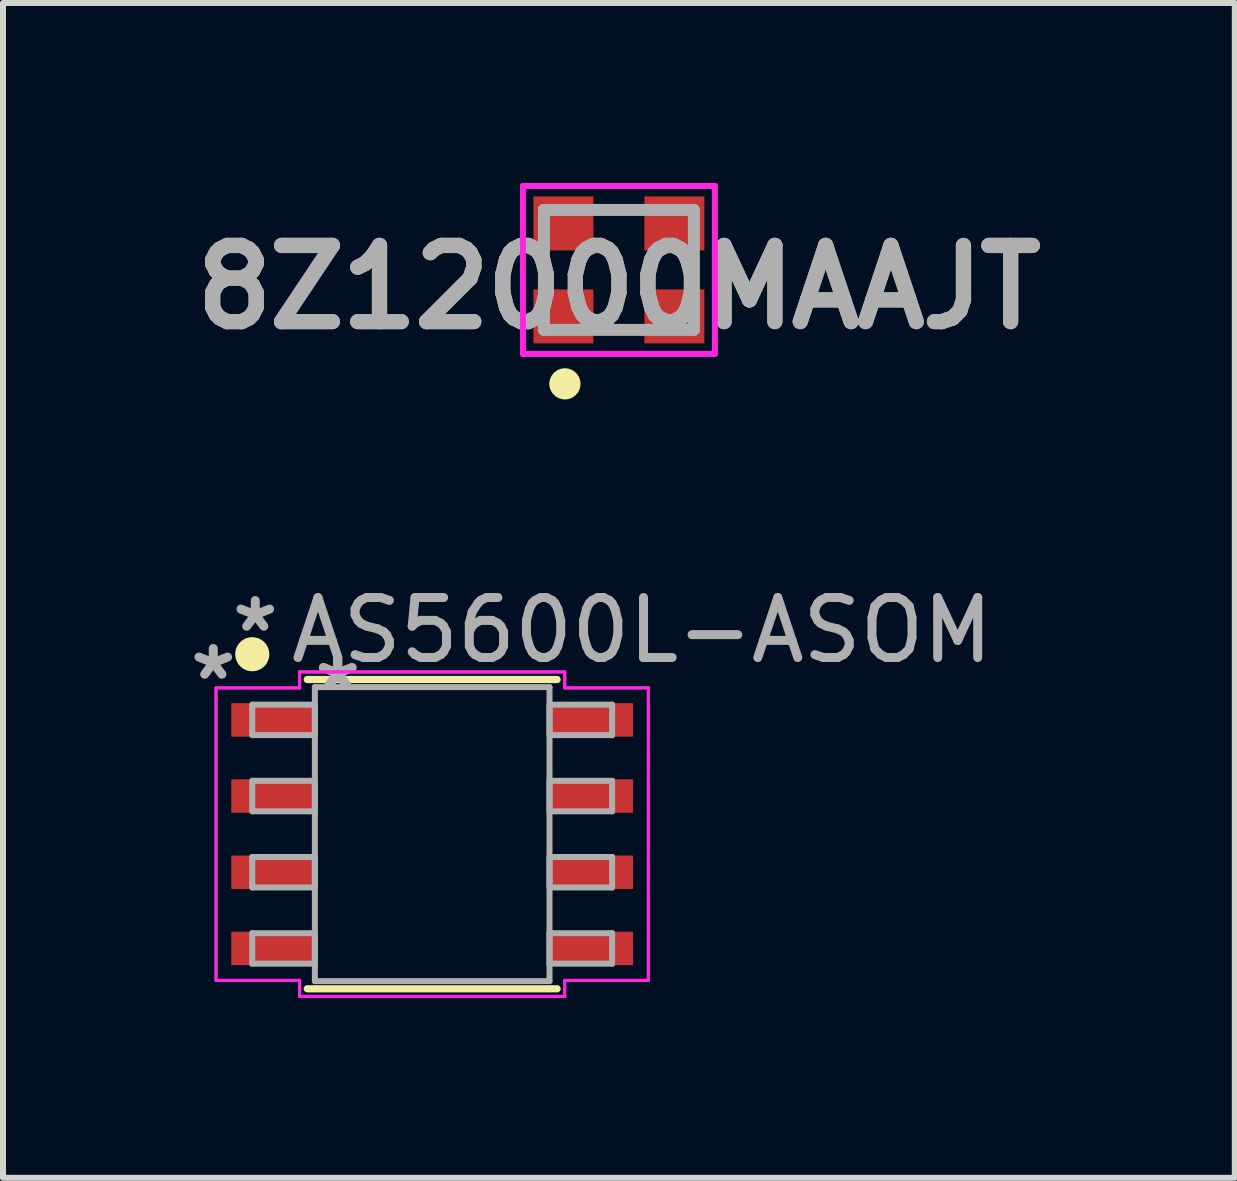
<source format=kicad_pcb>
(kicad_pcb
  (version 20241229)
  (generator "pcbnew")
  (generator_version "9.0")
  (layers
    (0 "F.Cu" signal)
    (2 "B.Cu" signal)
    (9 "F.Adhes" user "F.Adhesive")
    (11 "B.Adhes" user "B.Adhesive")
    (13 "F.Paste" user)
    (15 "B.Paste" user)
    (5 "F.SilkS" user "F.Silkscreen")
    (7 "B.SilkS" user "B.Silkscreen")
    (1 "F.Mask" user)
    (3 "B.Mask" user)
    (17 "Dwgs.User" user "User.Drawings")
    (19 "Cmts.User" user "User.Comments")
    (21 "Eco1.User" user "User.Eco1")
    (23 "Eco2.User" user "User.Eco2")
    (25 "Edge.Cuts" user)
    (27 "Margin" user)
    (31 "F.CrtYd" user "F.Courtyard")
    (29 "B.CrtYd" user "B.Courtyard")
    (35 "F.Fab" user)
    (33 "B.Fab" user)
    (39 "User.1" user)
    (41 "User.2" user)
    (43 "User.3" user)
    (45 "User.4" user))
  (footprint "AS5600L-ASOM"
    (layer "F.Cu")
    (at 4.156 10.858)
    (property "Reference" "AS5600L-ASOM" (at 3.5 -3.4 0) (layer "F.Fab") (effects (font (size 1 1) (thickness 0.15))))
    (attr through_hole)
    (fp_line (start -2.083 2.578) (end 2.083 2.578) (stroke (width 0.12) (type solid)) (layer "F.SilkS"))
    (fp_line (start 2.083 -2.578) (end -2.083 -2.578) (stroke (width 0.12) (type solid)) (layer "F.SilkS"))
    (fp_circle (center -3 -3) (end -2.776 -3) (stroke (width 0.12) (type solid)) (fill yes) (layer "F.SilkS"))
    (fp_line (start -3.604 -2.438) (end -2.21 -2.438) (stroke (width 0.05) (type solid)) (layer "F.CrtYd"))
    (fp_line (start -3.604 -2.438) (end -2.21 -2.438) (stroke (width 0.05) (type solid)) (layer "F.CrtYd"))
    (fp_line (start -3.604 2.438) (end -3.604 -2.438) (stroke (width 0.05) (type solid)) (layer "F.CrtYd"))
    (fp_line (start -3.604 2.438) (end -3.604 -2.438) (stroke (width 0.05) (type solid)) (layer "F.CrtYd"))
    (fp_line (start -3.604 2.438) (end -2.21 2.438) (stroke (width 0.05) (type solid)) (layer "F.CrtYd"))
    (fp_line (start -2.21 -2.705) (end 2.21 -2.705) (stroke (width 0.05) (type solid)) (layer "F.CrtYd"))
    (fp_line (start -2.21 -2.705) (end 2.21 -2.705) (stroke (width 0.05) (type solid)) (layer "F.CrtYd"))
    (fp_line (start -2.21 -2.438) (end -2.21 -2.705) (stroke (width 0.05) (type solid)) (layer "F.CrtYd"))
    (fp_line (start -2.21 -2.438) (end -2.21 -2.705) (stroke (width 0.05) (type solid)) (layer "F.CrtYd"))
    (fp_line (start -2.21 2.438) (end -3.604 2.438) (stroke (width 0.05) (type solid)) (layer "F.CrtYd"))
    (fp_line (start -2.21 2.705) (end -2.21 2.438) (stroke (width 0.05) (type solid)) (layer "F.CrtYd"))
    (fp_line (start -2.21 2.705) (end -2.21 2.438) (stroke (width 0.05) (type solid)) (layer "F.CrtYd"))
    (fp_line (start 2.21 -2.705) (end 2.21 -2.438) (stroke (width 0.05) (type solid)) (layer "F.CrtYd"))
    (fp_line (start 2.21 -2.705) (end 2.21 -2.438) (stroke (width 0.05) (type solid)) (layer "F.CrtYd"))
    (fp_line (start 2.21 -2.438) (end 3.604 -2.438) (stroke (width 0.05) (type solid)) (layer "F.CrtYd"))
    (fp_line (start 2.21 2.438) (end 2.21 2.705) (stroke (width 0.05) (type solid)) (layer "F.CrtYd"))
    (fp_line (start 2.21 2.438) (end 2.21 2.705) (stroke (width 0.05) (type solid)) (layer "F.CrtYd"))
    (fp_line (start 2.21 2.705) (end -2.21 2.705) (stroke (width 0.05) (type solid)) (layer "F.CrtYd"))
    (fp_line (start 2.21 2.705) (end -2.21 2.705) (stroke (width 0.05) (type solid)) (layer "F.CrtYd"))
    (fp_line (start 3.604 -2.438) (end 2.21 -2.438) (stroke (width 0.05) (type solid)) (layer "F.CrtYd"))
    (fp_line (start 3.604 -2.438) (end 3.604 2.438) (stroke (width 0.05) (type solid)) (layer "F.CrtYd"))
    (fp_line (start 3.604 -2.438) (end 3.604 2.438) (stroke (width 0.05) (type solid)) (layer "F.CrtYd"))
    (fp_line (start 3.604 2.438) (end 2.21 2.438) (stroke (width 0.05) (type solid)) (layer "F.CrtYd"))
    (fp_line (start 3.604 2.438) (end 2.21 2.438) (stroke (width 0.05) (type solid)) (layer "F.CrtYd"))
    (fp_line (start -3 -2.159) (end -3 -1.651) (stroke (width 0.1) (type solid)) (layer "F.Fab"))
    (fp_line (start -3 -1.651) (end -1.956 -1.651) (stroke (width 0.1) (type solid)) (layer "F.Fab"))
    (fp_line (start -3 -0.889) (end -3 -0.381) (stroke (width 0.1) (type solid)) (layer "F.Fab"))
    (fp_line (start -3 -0.381) (end -1.956 -0.381) (stroke (width 0.1) (type solid)) (layer "F.Fab"))
    (fp_line (start -3 0.381) (end -3 0.889) (stroke (width 0.1) (type solid)) (layer "F.Fab"))
    (fp_line (start -3 0.889) (end -1.956 0.889) (stroke (width 0.1) (type solid)) (layer "F.Fab"))
    (fp_line (start -3 1.651) (end -3 2.159) (stroke (width 0.1) (type solid)) (layer "F.Fab"))
    (fp_line (start -3 2.159) (end -1.956 2.159) (stroke (width 0.1) (type solid)) (layer "F.Fab"))
    (fp_line (start -1.956 -2.451) (end -1.956 2.451) (stroke (width 0.1) (type solid)) (layer "F.Fab"))
    (fp_line (start -1.956 -2.159) (end -3 -2.159) (stroke (width 0.1) (type solid)) (layer "F.Fab"))
    (fp_line (start -1.956 -1.651) (end -1.956 -2.159) (stroke (width 0.1) (type solid)) (layer "F.Fab"))
    (fp_line (start -1.956 -0.889) (end -3 -0.889) (stroke (width 0.1) (type solid)) (layer "F.Fab"))
    (fp_line (start -1.956 -0.381) (end -1.956 -0.889) (stroke (width 0.1) (type solid)) (layer "F.Fab"))
    (fp_line (start -1.956 0.381) (end -3 0.381) (stroke (width 0.1) (type solid)) (layer "F.Fab"))
    (fp_line (start -1.956 0.889) (end -1.956 0.381) (stroke (width 0.1) (type solid)) (layer "F.Fab"))
    (fp_line (start -1.956 1.651) (end -3 1.651) (stroke (width 0.1) (type solid)) (layer "F.Fab"))
    (fp_line (start -1.956 2.159) (end -1.956 1.651) (stroke (width 0.1) (type solid)) (layer "F.Fab"))
    (fp_line (start -1.956 2.451) (end 1.956 2.451) (stroke (width 0.1) (type solid)) (layer "F.Fab"))
    (fp_line (start 1.956 -2.451) (end -1.956 -2.451) (stroke (width 0.1) (type solid)) (layer "F.Fab"))
    (fp_line (start 1.956 -2.159) (end 1.956 -1.651) (stroke (width 0.1) (type solid)) (layer "F.Fab"))
    (fp_line (start 1.956 -1.651) (end 3 -1.651) (stroke (width 0.1) (type solid)) (layer "F.Fab"))
    (fp_line (start 1.956 -0.889) (end 1.956 -0.381) (stroke (width 0.1) (type solid)) (layer "F.Fab"))
    (fp_line (start 1.956 -0.381) (end 3 -0.381) (stroke (width 0.1) (type solid)) (layer "F.Fab"))
    (fp_line (start 1.956 0.381) (end 1.956 0.889) (stroke (width 0.1) (type solid)) (layer "F.Fab"))
    (fp_line (start 1.956 0.889) (end 3 0.889) (stroke (width 0.1) (type solid)) (layer "F.Fab"))
    (fp_line (start 1.956 1.651) (end 1.956 2.159) (stroke (width 0.1) (type solid)) (layer "F.Fab"))
    (fp_line (start 1.956 2.159) (end 3 2.159) (stroke (width 0.1) (type solid)) (layer "F.Fab"))
    (fp_line (start 1.956 2.451) (end 1.956 -2.451) (stroke (width 0.1) (type solid)) (layer "F.Fab"))
    (fp_line (start 3 -2.159) (end 1.956 -2.159) (stroke (width 0.1) (type solid)) (layer "F.Fab"))
    (fp_line (start 3 -1.651) (end 3 -2.159) (stroke (width 0.1) (type solid)) (layer "F.Fab"))
    (fp_line (start 3 -0.889) (end 1.956 -0.889) (stroke (width 0.1) (type solid)) (layer "F.Fab"))
    (fp_line (start 3 -0.381) (end 3 -0.889) (stroke (width 0.1) (type solid)) (layer "F.Fab"))
    (fp_line (start 3 0.381) (end 1.956 0.381) (stroke (width 0.1) (type solid)) (layer "F.Fab"))
    (fp_line (start 3 0.889) (end 3 0.381) (stroke (width 0.1) (type solid)) (layer "F.Fab"))
    (fp_line (start 3 1.651) (end 1.956 1.651) (stroke (width 0.1) (type solid)) (layer "F.Fab"))
    (fp_line (start 3 2.159) (end 3 1.651) (stroke (width 0.1) (type solid)) (layer "F.Fab"))
    (fp_text user "*" (at -3.65 -2.55 0) (layer "F.Fab") (effects (font (size 1 1) (thickness 0.15))))
    (fp_text user "*" (at -1.575 -2.375 0) (layer "F.Fab") (effects (font (size 1 1) (thickness 0.15))))
    (fp_text user "*" (at -1.575 -2.375 0) (layer "F.Fab") (effects (font (size 1 1) (thickness 0.15))))
    (fp_text user "*" (at -2.95 -3.35 0) (layer "F.Fab") (effects (font (size 1 1) (thickness 0.15))))
    (pad "1" smd rect (at -2.653 -1.905 180) (size 1.394 0.558) (layers "F.Cu" "F.Mask" "F.Paste"))
    (pad "2" smd rect (at -2.653 -0.635 180) (size 1.394 0.558) (layers "F.Cu" "F.Mask" "F.Paste"))
    (pad "3" smd rect (at -2.653 0.635 180) (size 1.394 0.558) (layers "F.Cu" "F.Mask" "F.Paste"))
    (pad "4" smd rect (at -2.653 1.905 180) (size 1.394 0.558) (layers "F.Cu" "F.Mask" "F.Paste"))
    (pad "5" smd rect (at 2.653 1.905 180) (size 1.394 0.558) (layers "F.Cu" "F.Mask" "F.Paste"))
    (pad "6" smd rect (at 2.653 0.635 180) (size 1.394 0.558) (layers "F.Cu" "F.Mask" "F.Paste"))
    (pad "7" smd rect (at 2.653 -0.635 180) (size 1.394 0.558) (layers "F.Cu" "F.Mask" "F.Paste"))
    (pad "8" smd rect (at 2.653 -1.905 180) (size 1.394 0.558) (layers "F.Cu" "F.Mask" "F.Paste")))
  (footprint "8Z12000MAAJT"
    (layer "F.Cu")
    (at 7.269 1.45)
    (property "Reference" "8Z12000MAAJT" (at 0 0.288 180) (layer "F.Fab") (effects (font (size 1.27 1.27) (thickness 0.254))))
    (attr smd)
    (fp_line (start -1.25 -0.2) (end -1.25 0.2) (stroke (width 0.1) (type solid)) (layer "F.SilkS"))
    (fp_line (start -0.3 -1) (end 0.3 -1) (stroke (width 0.1) (type solid)) (layer "F.SilkS"))
    (fp_line (start -0.3 1) (end 0.3 1) (stroke (width 0.1) (type solid)) (layer "F.SilkS"))
    (fp_line (start 1.25 -0.2) (end 1.25 0.2) (stroke (width 0.1) (type solid)) (layer "F.SilkS"))
    (fp_circle (center -0.9 1.9) (end -0.7 1.9) (stroke (width 0.12) (type solid)) (fill yes) (layer "F.SilkS"))
    (fp_line (start -1.6 -1.4) (end 1.6 -1.4) (stroke (width 0.1) (type solid)) (layer "F.CrtYd"))
    (fp_line (start -1.6 1.4) (end -1.6 -1.4) (stroke (width 0.1) (type solid)) (layer "F.CrtYd"))
    (fp_line (start 1.6 -1.4) (end 1.6 1.4) (stroke (width 0.1) (type solid)) (layer "F.CrtYd"))
    (fp_line (start 1.6 1.4) (end -1.6 1.4) (stroke (width 0.1) (type solid)) (layer "F.CrtYd"))
    (fp_line (start -1.25 -1) (end 1.25 -1) (stroke (width 0.2) (type solid)) (layer "F.Fab"))
    (fp_line (start -1.25 1) (end -1.25 -1) (stroke (width 0.2) (type solid)) (layer "F.Fab"))
    (fp_line (start 1.25 -1) (end 1.25 1) (stroke (width 0.2) (type solid)) (layer "F.Fab"))
    (fp_line (start 1.25 1) (end -1.25 1) (stroke (width 0.2) (type solid)) (layer "F.Fab"))
    (fp_text user "${REFERENCE}" (at 0 0.288 180) (layer "F.Fab") (effects (font (size 1.27 1.27) (thickness 0.254))))
    (pad "1" smd rect (at -0.925 0.775 90) (size 0.9 1) (layers "F.Cu" "F.Mask" "F.Paste"))
    (pad "2" smd rect (at 0.925 0.775 90) (size 0.9 1) (layers "F.Cu" "F.Mask" "F.Paste"))
    (pad "3" smd rect (at 0.925 -0.775 90) (size 0.9 1) (layers "F.Cu" "F.Mask" "F.Paste"))
    (pad "4" smd rect (at -0.925 -0.775 90) (size 0.9 1) (layers "F.Cu" "F.Mask" "F.Paste")))
  (gr_rect
    (start -3 -3)
    (end 17.538 16.588)
    (stroke (width 0.1) (type default))
    (fill no)
    (layer "Edge.Cuts")))
</source>
